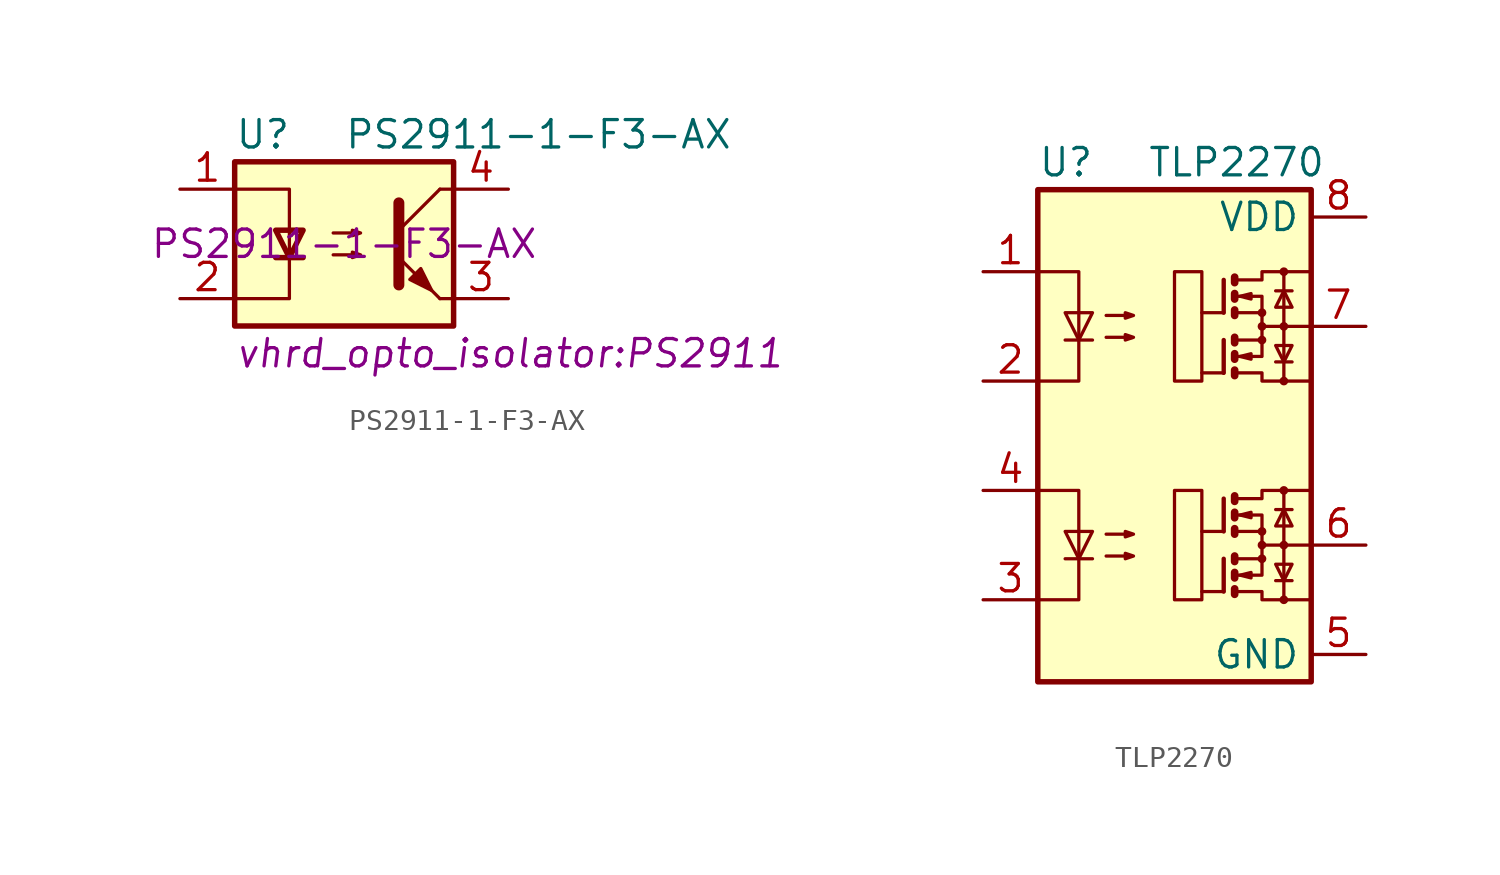
<source format=kicad_sym>
(kicad_symbol_lib
  (version 20231120)
  (generator "kicad_symbol_editor")
  (generator_version "8.0")
  (symbol "PS2911-1-F3-AX"
    (pin_names
      (offset 1.016))
    (property "Reference" "U"
      (at -5.08 5.08 0)
      (effects (font (size 1.27 1.27)) (justify left)))
    (property "Value" "PS2911-1-F3-AX"
      (at 0 5.08 0)
      (effects (font (size 1.27 1.27)) (justify left)))
    (property "Footprint" "vhrd_opto_isolator:PS2911"
      (at -5.08 -5.08 0)
      (effects (font (size 1.27 1.27) (italic yes)) (justify left)))
    (property "Mpn1" "PS2911-1-F3-AX"
      (at 0 0 0)
      (effects (font (size 1.27 1.27))))
    (symbol "PS2911-1-F3-AX_0_1"
      (rectangle (start -5.08 3.81) (end 5.08 -3.81) (stroke (width 0.254) (type default)) (fill (type background)))
      (polyline (pts (xy -3.175 -0.635) (xy -1.905 -0.635)) (stroke (width 0.254) (type default)) (fill (type none)))
      (polyline (pts (xy 2.54 0.635) (xy 4.445 2.54)) (stroke (width 0) (type default)) (fill (type none)))
      (polyline (pts (xy 4.445 -2.54) (xy 2.54 -0.635)) (stroke (width 0) (type default)) (fill (type outline)))
      (polyline (pts (xy 4.445 -2.54) (xy 5.08 -2.54)) (stroke (width 0) (type default)) (fill (type none)))
      (polyline (pts (xy 4.445 2.54) (xy 5.08 2.54)) (stroke (width 0) (type default)) (fill (type none)))
      (polyline (pts (xy -5.08 2.54) (xy -2.54 2.54) (xy -2.54 -0.635)) (stroke (width 0) (type default)) (fill (type none)))
      (polyline (pts (xy -2.54 -0.635) (xy -2.54 -2.54) (xy -5.08 -2.54)) (stroke (width 0) (type default)) (fill (type none)))
      (polyline (pts (xy 2.54 1.905) (xy 2.54 -1.905) (xy 2.54 -1.905)) (stroke (width 0.508) (type default)) (fill (type none)))
      (polyline (pts (xy -2.54 -0.635) (xy -3.175 0.635) (xy -1.905 0.635) (xy -2.54 -0.635)) (stroke (width 0.254) (type default)) (fill (type none)))
      (polyline (pts (xy -0.508 -0.508) (xy 0.762 -0.508) (xy 0.381 -0.635) (xy 0.381 -0.381) (xy 0.762 -0.508)) (stroke (width 0) (type default)) (fill (type none)))
      (polyline (pts (xy -0.508 0.508) (xy 0.762 0.508) (xy 0.381 0.381) (xy 0.381 0.635) (xy 0.762 0.508)) (stroke (width 0) (type default)) (fill (type none)))
      (polyline (pts (xy 3.048 -1.651) (xy 3.556 -1.143) (xy 4.064 -2.159) (xy 3.048 -1.651) (xy 3.048 -1.651)) (stroke (width 0) (type default)) (fill (type outline))))
    (symbol "PS2911-1-F3-AX_1_1"
      (pin passive line (at -7.62 2.54 0) (length 2.54) (name "~" (effects (font (size 1.27 1.27)))) (number "1" (effects (font (size 1.27 1.27)))))
      (pin passive line (at -7.62 -2.54 0) (length 2.54) (name "~" (effects (font (size 1.27 1.27)))) (number "2" (effects (font (size 1.27 1.27)))))
      (pin passive line (at 7.62 -2.54 180) (length 2.54) (name "~" (effects (font (size 1.27 1.27)))) (number "3" (effects (font (size 1.27 1.27)))))
      (pin passive line (at 7.62 2.54 180) (length 2.54) (name "~" (effects (font (size 1.27 1.27)))) (number "4" (effects (font (size 1.27 1.27)))))))
  (symbol "TLP2270"
    (property "Reference" "U"
      (at -5.08 7.62 0)
      (effects (font (size 1.27 1.27)) (justify left)))
    (property "Value" "TLP2270"
      (at 0 7.62 0)
      (effects (font (size 1.27 1.27)) (justify left)))
    (symbol "TLP2270_0_1"
      (rectangle (start -5.08 6.35) (end 7.62 -16.51) (stroke (width 0.254) (type default)) (fill (type background)))
      (polyline (pts (xy -3.81 -10.795) (xy -2.54 -10.795)) (stroke (width 0) (type default)) (fill (type none)))
      (polyline (pts (xy -3.81 -0.635) (xy -2.54 -0.635)) (stroke (width 0) (type default)) (fill (type none)))
      (polyline (pts (xy 3.556 -12.319) (xy 2.54 -12.319)) (stroke (width 0) (type default)) (fill (type none)))
      (polyline (pts (xy 3.556 -10.795) (xy 3.556 -12.319)) (stroke (width 0.203) (type default)) (fill (type none)))
      (polyline (pts (xy 3.556 -9.525) (xy 2.54 -9.525)) (stroke (width 0) (type default)) (fill (type none)))
      (polyline (pts (xy 3.556 -8.001) (xy 3.556 -9.525)) (stroke (width 0.203) (type default)) (fill (type none)))
      (polyline (pts (xy 3.556 -2.159) (xy 2.54 -2.159)) (stroke (width 0) (type default)) (fill (type none)))
      (polyline (pts (xy 3.556 -0.635) (xy 3.556 -2.159)) (stroke (width 0.203) (type default)) (fill (type none)))
      (polyline (pts (xy 3.556 0.635) (xy 2.54 0.635)) (stroke (width 0) (type default)) (fill (type none)))
      (polyline (pts (xy 3.556 2.159) (xy 3.556 0.635)) (stroke (width 0.203) (type default)) (fill (type none)))
      (polyline (pts (xy 4.064 -10.668) (xy 4.064 -10.922)) (stroke (width 0.356) (type default)) (fill (type none)))
      (polyline (pts (xy 4.064 -0.508) (xy 4.064 -0.762)) (stroke (width 0.356) (type default)) (fill (type none)))
      (polyline (pts (xy 5.334 -10.16) (xy 7.62 -10.16)) (stroke (width 0) (type default)) (fill (type none)))
      (polyline (pts (xy 5.334 0) (xy 7.62 0)) (stroke (width 0) (type default)) (fill (type none)))
      (polyline (pts (xy 5.969 -11.811) (xy 6.731 -11.811)) (stroke (width 0) (type default)) (fill (type none)))
      (polyline (pts (xy 5.969 -8.509) (xy 6.731 -8.509)) (stroke (width 0) (type default)) (fill (type none)))
      (polyline (pts (xy 5.969 -1.651) (xy 6.731 -1.651)) (stroke (width 0) (type default)) (fill (type none)))
      (polyline (pts (xy 5.969 1.651) (xy 6.731 1.651)) (stroke (width 0) (type default)) (fill (type none)))
      (polyline (pts (xy 6.35 -12.7) (xy 6.35 -7.62)) (stroke (width 0) (type default)) (fill (type none)))
      (polyline (pts (xy 6.35 -2.54) (xy 6.35 2.54)) (stroke (width 0) (type default)) (fill (type none)))
      (polyline (pts (xy 4.064 -12.192) (xy 4.064 -12.446) (xy 4.064 -12.446)) (stroke (width 0.356) (type default)) (fill (type none)))
      (polyline (pts (xy 4.064 -11.43) (xy 4.064 -11.684) (xy 4.064 -11.684)) (stroke (width 0.356) (type default)) (fill (type none)))
      (polyline (pts (xy 4.064 -9.398) (xy 4.064 -9.652) (xy 4.064 -9.652)) (stroke (width 0.356) (type default)) (fill (type none)))
      (polyline (pts (xy 4.064 -8.636) (xy 4.064 -8.89) (xy 4.064 -8.89)) (stroke (width 0.356) (type default)) (fill (type none)))
      (polyline (pts (xy 4.064 -7.874) (xy 4.064 -8.128) (xy 4.064 -8.128)) (stroke (width 0.356) (type default)) (fill (type none)))
      (polyline (pts (xy 4.064 -2.032) (xy 4.064 -2.286) (xy 4.064 -2.286)) (stroke (width 0.356) (type default)) (fill (type none)))
      (polyline (pts (xy 4.064 -1.27) (xy 4.064 -1.524) (xy 4.064 -1.524)) (stroke (width 0.356) (type default)) (fill (type none)))
      (polyline (pts (xy 4.064 0.762) (xy 4.064 0.508) (xy 4.064 0.508)) (stroke (width 0.356) (type default)) (fill (type none)))
      (polyline (pts (xy 4.064 1.524) (xy 4.064 1.27) (xy 4.064 1.27)) (stroke (width 0.356) (type default)) (fill (type none)))
      (polyline (pts (xy 4.064 2.286) (xy 4.064 2.032) (xy 4.064 2.032)) (stroke (width 0.356) (type default)) (fill (type none)))
      (polyline (pts (xy 4.191 -11.557) (xy 5.334 -11.557) (xy 5.334 -10.795)) (stroke (width 0) (type default)) (fill (type none)))
      (polyline (pts (xy 4.191 -8.763) (xy 5.334 -8.763) (xy 5.334 -9.525)) (stroke (width 0) (type default)) (fill (type none)))
      (polyline (pts (xy 4.191 -1.397) (xy 5.334 -1.397) (xy 5.334 -0.635)) (stroke (width 0) (type default)) (fill (type none)))
      (polyline (pts (xy 4.191 1.397) (xy 5.334 1.397) (xy 5.334 0.635)) (stroke (width 0) (type default)) (fill (type none)))
      (polyline (pts (xy -5.08 -7.62) (xy -3.175 -7.62) (xy -3.175 -12.7) (xy -5.08 -12.7)) (stroke (width 0) (type default)) (fill (type none)))
      (polyline (pts (xy -5.08 2.54) (xy -3.175 2.54) (xy -3.175 -2.54) (xy -5.08 -2.54)) (stroke (width 0) (type default)) (fill (type none)))
      (polyline (pts (xy -3.175 -10.795) (xy -3.81 -9.525) (xy -2.54 -9.525) (xy -3.175 -10.795)) (stroke (width 0) (type default)) (fill (type none)))
      (polyline (pts (xy -3.175 -0.635) (xy -3.81 0.635) (xy -2.54 0.635) (xy -3.175 -0.635)) (stroke (width 0) (type default)) (fill (type none)))
      (polyline (pts (xy 4.191 -12.319) (xy 5.334 -12.319) (xy 5.334 -12.7) (xy 7.62 -12.7)) (stroke (width 0) (type default)) (fill (type none)))
      (polyline (pts (xy 4.191 -10.795) (xy 5.334 -10.795) (xy 5.334 -9.525) (xy 4.191 -9.525)) (stroke (width 0) (type default)) (fill (type none)))
      (polyline (pts (xy 4.191 -8.001) (xy 5.334 -8.001) (xy 5.334 -7.62) (xy 7.62 -7.62)) (stroke (width 0) (type default)) (fill (type none)))
      (polyline (pts (xy 4.191 -2.159) (xy 5.334 -2.159) (xy 5.334 -2.54) (xy 7.62 -2.54)) (stroke (width 0) (type default)) (fill (type none)))
      (polyline (pts (xy 4.191 -0.635) (xy 5.334 -0.635) (xy 5.334 0.635) (xy 4.191 0.635)) (stroke (width 0) (type default)) (fill (type none)))
      (polyline (pts (xy 4.191 2.159) (xy 5.334 2.159) (xy 5.334 2.54) (xy 7.62 2.54)) (stroke (width 0) (type default)) (fill (type none)))
      (polyline (pts (xy 4.318 -11.557) (xy 4.826 -11.43) (xy 4.826 -11.684) (xy 4.318 -11.557)) (stroke (width 0) (type default)) (fill (type none)))
      (polyline (pts (xy 4.318 -8.763) (xy 4.826 -8.636) (xy 4.826 -8.89) (xy 4.318 -8.763)) (stroke (width 0) (type default)) (fill (type none)))
      (polyline (pts (xy 4.318 -1.397) (xy 4.826 -1.27) (xy 4.826 -1.524) (xy 4.318 -1.397)) (stroke (width 0) (type default)) (fill (type none)))
      (polyline (pts (xy 4.318 1.397) (xy 4.826 1.524) (xy 4.826 1.27) (xy 4.318 1.397)) (stroke (width 0) (type default)) (fill (type none)))
      (polyline (pts (xy 6.35 -11.811) (xy 5.969 -11.049) (xy 6.731 -11.049) (xy 6.35 -11.811)) (stroke (width 0) (type default)) (fill (type none)))
      (polyline (pts (xy 6.35 -8.509) (xy 5.969 -9.271) (xy 6.731 -9.271) (xy 6.35 -8.509)) (stroke (width 0) (type default)) (fill (type none)))
      (polyline (pts (xy 6.35 -1.651) (xy 5.969 -0.889) (xy 6.731 -0.889) (xy 6.35 -1.651)) (stroke (width 0) (type default)) (fill (type none)))
      (polyline (pts (xy 6.35 1.651) (xy 5.969 0.889) (xy 6.731 0.889) (xy 6.35 1.651)) (stroke (width 0) (type default)) (fill (type none)))
      (polyline (pts (xy -1.905 -10.668) (xy -0.635 -10.668) (xy -1.016 -10.795) (xy -1.016 -10.541) (xy -0.635 -10.668)) (stroke (width 0) (type default)) (fill (type none)))
      (polyline (pts (xy -1.905 -9.652) (xy -0.635 -9.652) (xy -1.016 -9.779) (xy -1.016 -9.525) (xy -0.635 -9.652)) (stroke (width 0) (type default)) (fill (type none)))
      (polyline (pts (xy -1.905 -0.508) (xy -0.635 -0.508) (xy -1.016 -0.635) (xy -1.016 -0.381) (xy -0.635 -0.508)) (stroke (width 0) (type default)) (fill (type none)))
      (polyline (pts (xy -1.905 0.508) (xy -0.635 0.508) (xy -1.016 0.381) (xy -1.016 0.635) (xy -0.635 0.508)) (stroke (width 0) (type default)) (fill (type none)))
      (rectangle (start 1.27 -7.62) (end 2.54 -12.7) (stroke (width 0) (type default)) (fill (type none)))
      (rectangle (start 1.27 2.54) (end 2.54 -2.54) (stroke (width 0) (type default)) (fill (type none)))
      (circle (center 5.334 -10.795) (radius 0.127) (stroke (width 0) (type default)) (fill (type none)))
      (circle (center 5.334 -10.16) (radius 0.127) (stroke (width 0) (type default)) (fill (type none)))
      (circle (center 5.334 -9.525) (radius 0.127) (stroke (width 0) (type default)) (fill (type none)))
      (circle (center 5.334 -0.635) (radius 0.127) (stroke (width 0) (type default)) (fill (type none)))
      (circle (center 5.334 0) (radius 0.127) (stroke (width 0) (type default)) (fill (type none)))
      (circle (center 5.334 0.635) (radius 0.127) (stroke (width 0) (type default)) (fill (type none)))
      (circle (center 6.35 -12.7) (radius 0.127) (stroke (width 0) (type default)) (fill (type none)))
      (circle (center 6.35 -10.16) (radius 0.127) (stroke (width 0) (type default)) (fill (type none)))
      (circle (center 6.35 -7.62) (radius 0.127) (stroke (width 0) (type default)) (fill (type none)))
      (circle (center 6.35 -2.54) (radius 0.127) (stroke (width 0) (type default)) (fill (type none)))
      (circle (center 6.35 0) (radius 0.127) (stroke (width 0) (type default)) (fill (type none)))
      (circle (center 6.35 2.54) (radius 0.127) (stroke (width 0) (type default)) (fill (type none))))
    (symbol "TLP2270_1_1"
      (pin passive line (at -7.62 2.54 0) (length 2.54) (name "~" (effects (font (size 1.27 1.27)))) (number "1" (effects (font (size 1.27 1.27)))))
      (pin passive line (at -7.62 -2.54 0) (length 2.54) (name "~" (effects (font (size 1.27 1.27)))) (number "2" (effects (font (size 1.27 1.27)))))
      (pin passive line (at -7.62 -12.7 0) (length 2.54) (name "~" (effects (font (size 1.27 1.27)))) (number "3" (effects (font (size 1.27 1.27)))))
      (pin passive line (at -7.62 -7.62 0) (length 2.54) (name "~" (effects (font (size 1.27 1.27)))) (number "4" (effects (font (size 1.27 1.27)))))
      (pin passive line (at 10.16 -15.24 180) (length 2.54) (name "GND" (effects (font (size 1.27 1.27)))) (number "5" (effects (font (size 1.27 1.27)))))
      (pin output line (at 10.16 -10.16 180) (length 2.54) (name "~" (effects (font (size 1.27 1.27)))) (number "6" (effects (font (size 1.27 1.27)))))
      (pin output line (at 10.16 0 180) (length 2.54) (name "~" (effects (font (size 1.27 1.27)))) (number "7" (effects (font (size 1.27 1.27)))))
      (pin passive line (at 10.16 5.08 180) (length 2.54) (name "VDD" (effects (font (size 1.27 1.27)))) (number "8" (effects (font (size 1.27 1.27))))))))
</source>
